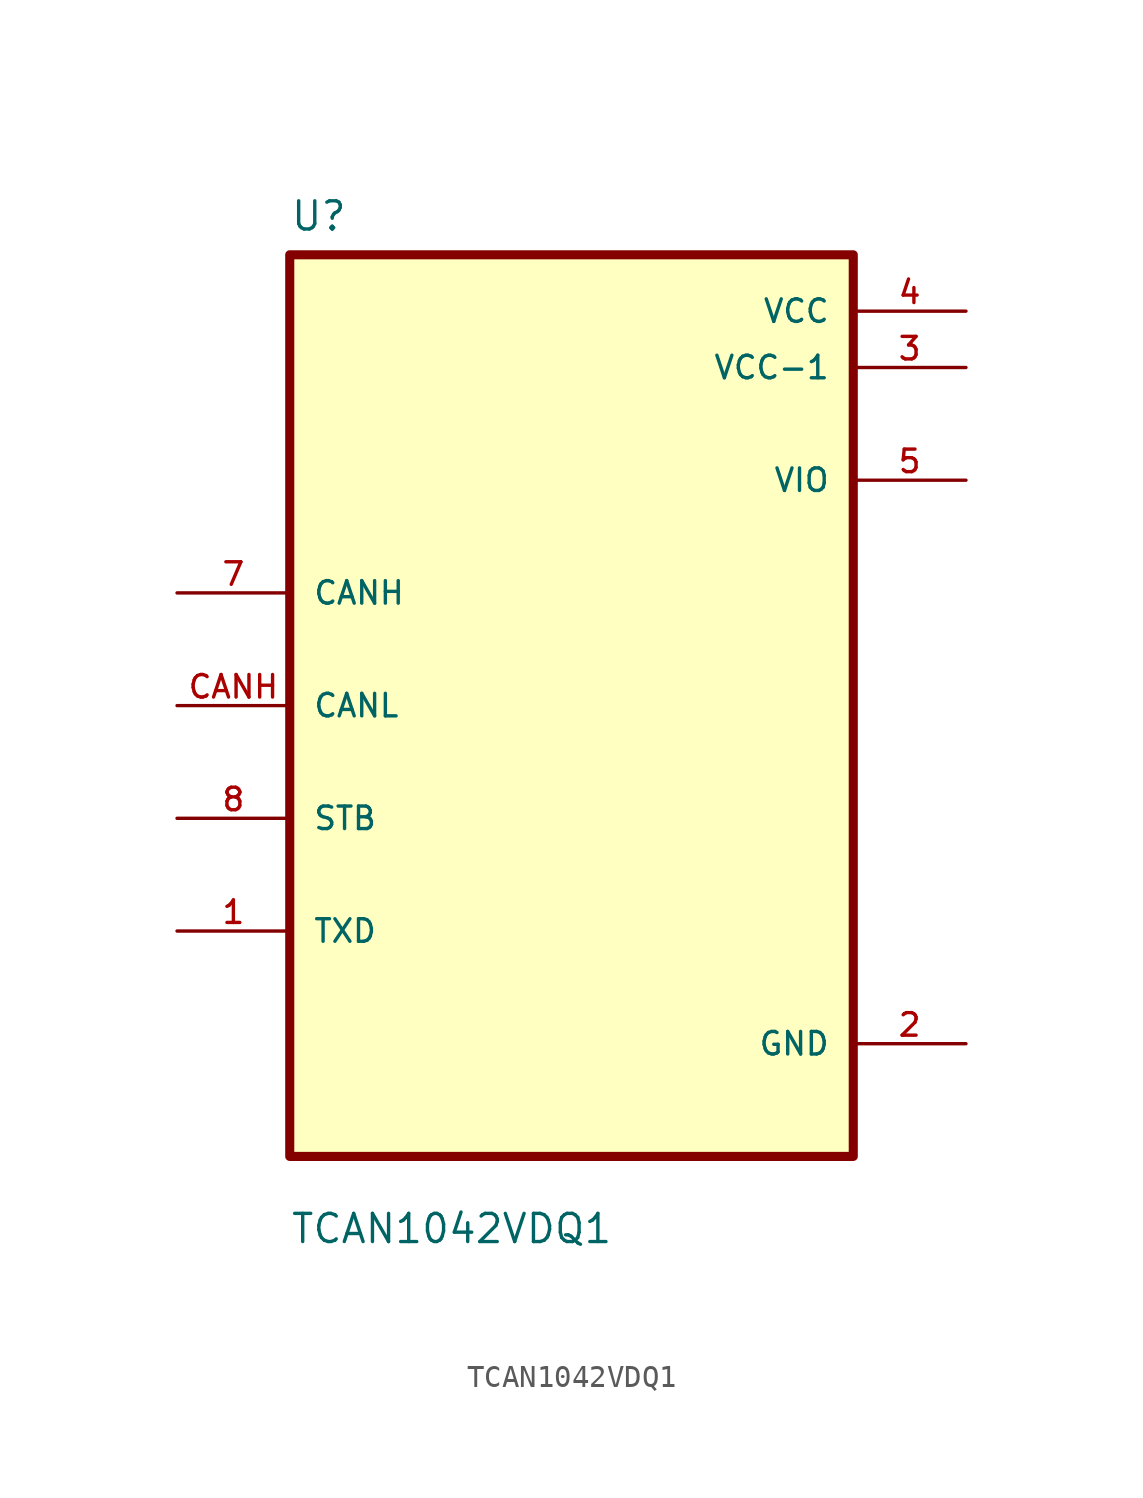
<source format=kicad_sym>
(kicad_symbol_lib
  (version 20211014)
  (generator kicad_symbol_editor)
  (symbol "TCAN1042VDQ1"
    (pin_names
      (offset 1.016))
    (property "Reference" "U"
      (at -12.7 21.32 0.0)
      (effects (font (size 1.27 1.27)) (justify bottom left)))
    (property "Value" "TCAN1042VDQ1"
      (at -12.7 -24.32 0.0)
      (effects (font (size 1.27 1.27)) (justify bottom left)))
    (symbol "TCAN1042VDQ1_0_0"
      (rectangle (start -12.7 -20.32) (end 12.7 20.32) (stroke (width 0.41)) (fill (type background)))
      (pin bidirectional line (at -17.78 5.08 0) (length 5.08) (name "CANH" (effects (font (size 1.016 1.016)))) (number "7" (effects (font (size 1.016 1.016)))))
      (pin bidirectional line (at -17.78 0.0 0) (length 5.08) (name "CANL" (effects (font (size 1.016 1.016)))) (number "CANH" (effects (font (size 1.016 1.016)))))
      (pin bidirectional line (at -17.78 -5.08 0) (length 5.08) (name "STB" (effects (font (size 1.016 1.016)))) (number "8" (effects (font (size 1.016 1.016)))))
      (pin bidirectional line (at -17.78 -10.16 0) (length 5.08) (name "TXD" (effects (font (size 1.016 1.016)))) (number "1" (effects (font (size 1.016 1.016)))))
      (pin power_in line (at 17.78 17.78 180.0) (length 5.08) (name "VCC" (effects (font (size 1.016 1.016)))) (number "4" (effects (font (size 1.016 1.016)))))
      (pin power_in line (at 17.78 15.24 180.0) (length 5.08) (name "VCC-1" (effects (font (size 1.016 1.016)))) (number "3" (effects (font (size 1.016 1.016)))))
      (pin output line (at 17.78 10.16 180.0) (length 5.08) (name "VIO" (effects (font (size 1.016 1.016)))) (number "5" (effects (font (size 1.016 1.016)))))
      (pin power_in line (at 17.78 -15.24 180.0) (length 5.08) (name "GND" (effects (font (size 1.016 1.016)))) (number "2" (effects (font (size 1.016 1.016))))))))
</source>
